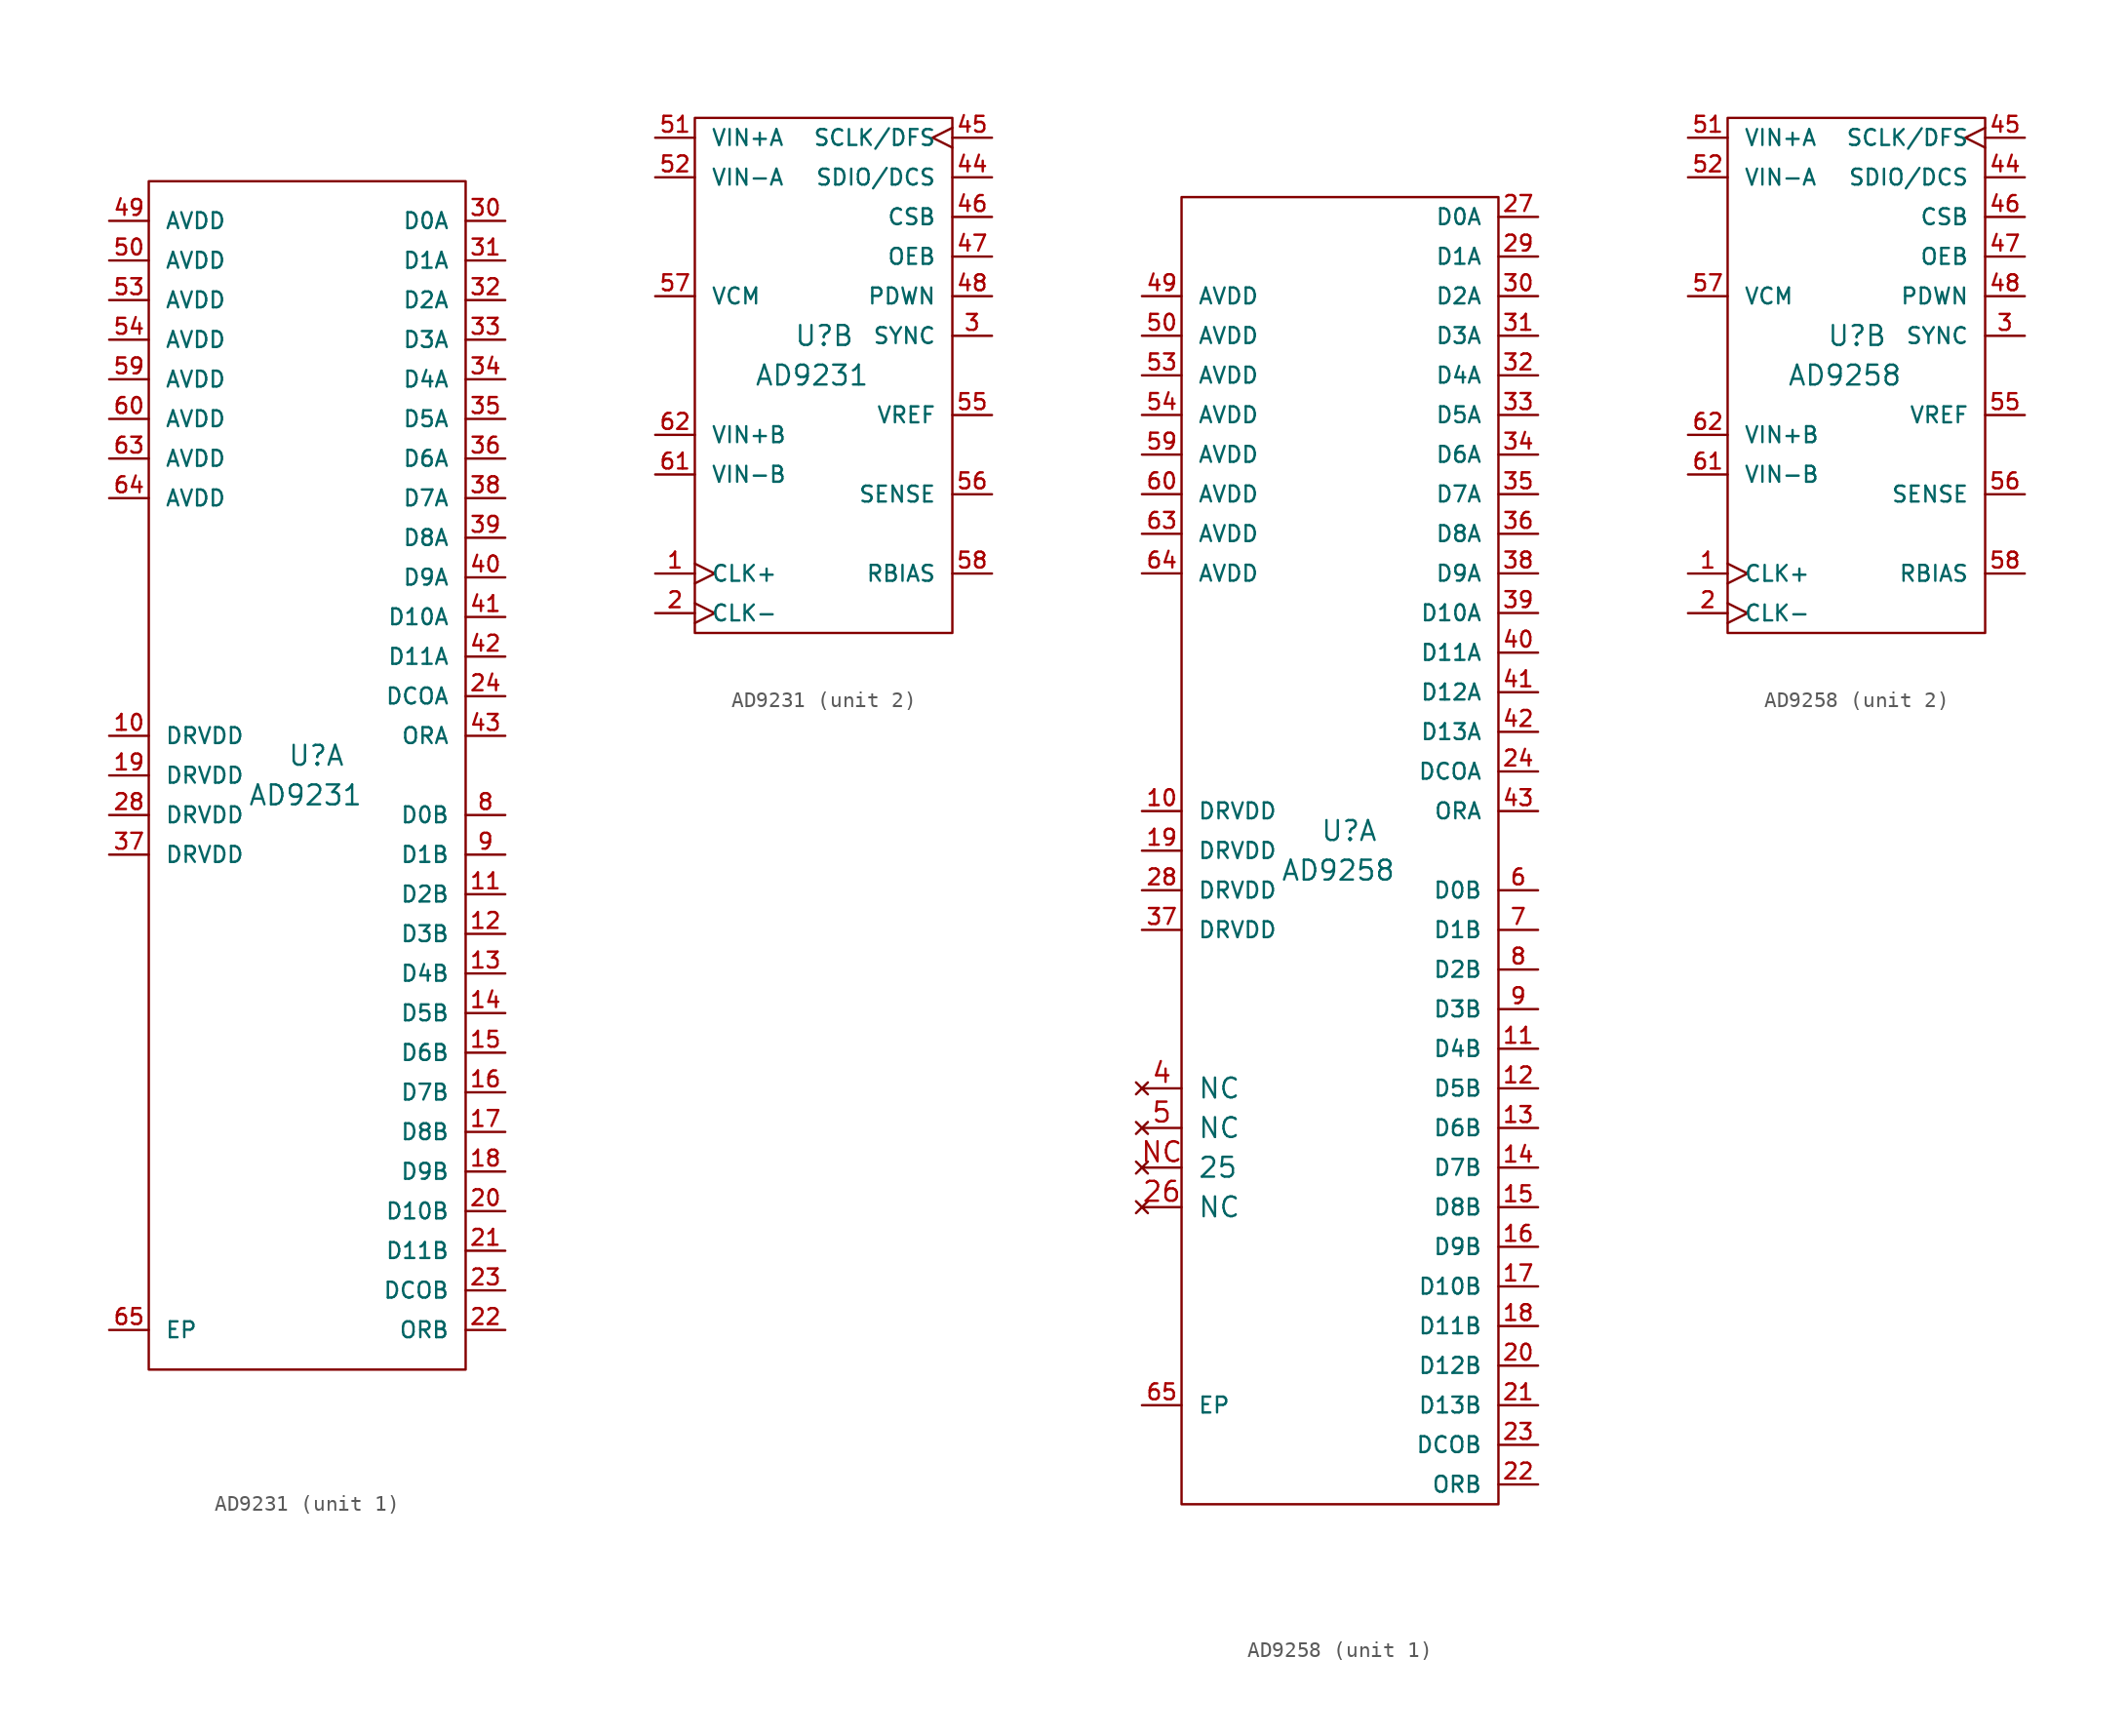
<source format=kicad_sym>
(kicad_symbol_lib
  (version 20211014)
  (generator kicad_symbol_editor)
  (symbol "AD9231"
    (pin_names
      (offset 1.016))
    (property "Reference" "U"
      (at -1.27 1.27 0)
      (effects (font (size 1.27 1.27)) (justify left)))
    (property "Value" "AD9231"
      (at -3.81 -1.27 0)
      (effects (font (size 1.27 1.27)) (justify left)))
    (property "ki_locked" ""
      (at 0 0 0)
      (effects (font (size 1.27 1.27))))
    (symbol "AD9231_1_1"
      (rectangle (start 10.16 38.1) (end -10.16 -38.1) (stroke (width 0) (type default) (color 0 0 0 0)) (fill (type none)))
      (pin power_in line (at -12.7 2.54 0) (length 2.54) (name "DRVDD" (effects (font (size 1.016 1.016)))) (number "10" (effects (font (size 1.016 1.016)))))
      (pin output line (at 12.7 -7.62 180) (length 2.54) (name "D2B" (effects (font (size 1.016 1.016)))) (number "11" (effects (font (size 1.016 1.016)))))
      (pin output line (at 12.7 -10.16 180) (length 2.54) (name "D3B" (effects (font (size 1.016 1.016)))) (number "12" (effects (font (size 1.016 1.016)))))
      (pin output line (at 12.7 -12.7 180) (length 2.54) (name "D4B" (effects (font (size 1.016 1.016)))) (number "13" (effects (font (size 1.016 1.016)))))
      (pin output line (at 12.7 -15.24 180) (length 2.54) (name "D5B" (effects (font (size 1.016 1.016)))) (number "14" (effects (font (size 1.016 1.016)))))
      (pin output line (at 12.7 -17.78 180) (length 2.54) (name "D6B" (effects (font (size 1.016 1.016)))) (number "15" (effects (font (size 1.016 1.016)))))
      (pin output line (at 12.7 -20.32 180) (length 2.54) (name "D7B" (effects (font (size 1.016 1.016)))) (number "16" (effects (font (size 1.016 1.016)))))
      (pin output line (at 12.7 -22.86 180) (length 2.54) (name "D8B" (effects (font (size 1.016 1.016)))) (number "17" (effects (font (size 1.016 1.016)))))
      (pin output line (at 12.7 -25.4 180) (length 2.54) (name "D9B" (effects (font (size 1.016 1.016)))) (number "18" (effects (font (size 1.016 1.016)))))
      (pin power_in line (at -12.7 0 0) (length 2.54) (name "DRVDD" (effects (font (size 1.016 1.016)))) (number "19" (effects (font (size 1.016 1.016)))))
      (pin output line (at 12.7 -27.94 180) (length 2.54) (name "D10B" (effects (font (size 1.016 1.016)))) (number "20" (effects (font (size 1.016 1.016)))))
      (pin output line (at 12.7 -30.48 180) (length 2.54) (name "D11B" (effects (font (size 1.016 1.016)))) (number "21" (effects (font (size 1.016 1.016)))))
      (pin output line (at 12.7 -35.56 180) (length 2.54) (name "ORB" (effects (font (size 1.016 1.016)))) (number "22" (effects (font (size 1.016 1.016)))))
      (pin output line (at 12.7 -33.02 180) (length 2.54) (name "DCOB" (effects (font (size 1.016 1.016)))) (number "23" (effects (font (size 1.016 1.016)))))
      (pin output line (at 12.7 5.08 180) (length 2.54) (name "DCOA" (effects (font (size 1.016 1.016)))) (number "24" (effects (font (size 1.016 1.016)))))
      (pin power_in line (at -12.7 -2.54 0) (length 2.54) (name "DRVDD" (effects (font (size 1.016 1.016)))) (number "28" (effects (font (size 1.016 1.016)))))
      (pin output line (at 12.7 35.56 180) (length 2.54) (name "D0A" (effects (font (size 1.016 1.016)))) (number "30" (effects (font (size 1.016 1.016)))))
      (pin output line (at 12.7 33.02 180) (length 2.54) (name "D1A" (effects (font (size 1.016 1.016)))) (number "31" (effects (font (size 1.016 1.016)))))
      (pin output line (at 12.7 30.48 180) (length 2.54) (name "D2A" (effects (font (size 1.016 1.016)))) (number "32" (effects (font (size 1.016 1.016)))))
      (pin output line (at 12.7 27.94 180) (length 2.54) (name "D3A" (effects (font (size 1.016 1.016)))) (number "33" (effects (font (size 1.016 1.016)))))
      (pin output line (at 12.7 25.4 180) (length 2.54) (name "D4A" (effects (font (size 1.016 1.016)))) (number "34" (effects (font (size 1.016 1.016)))))
      (pin output line (at 12.7 22.86 180) (length 2.54) (name "D5A" (effects (font (size 1.016 1.016)))) (number "35" (effects (font (size 1.016 1.016)))))
      (pin output line (at 12.7 20.32 180) (length 2.54) (name "D6A" (effects (font (size 1.016 1.016)))) (number "36" (effects (font (size 1.016 1.016)))))
      (pin power_in line (at -12.7 -5.08 0) (length 2.54) (name "DRVDD" (effects (font (size 1.016 1.016)))) (number "37" (effects (font (size 1.016 1.016)))))
      (pin output line (at 12.7 17.78 180) (length 2.54) (name "D7A" (effects (font (size 1.016 1.016)))) (number "38" (effects (font (size 1.016 1.016)))))
      (pin output line (at 12.7 15.24 180) (length 2.54) (name "D8A" (effects (font (size 1.016 1.016)))) (number "39" (effects (font (size 1.016 1.016)))))
      (pin output line (at 12.7 12.7 180) (length 2.54) (name "D9A" (effects (font (size 1.016 1.016)))) (number "40" (effects (font (size 1.016 1.016)))))
      (pin output line (at 12.7 10.16 180) (length 2.54) (name "D10A" (effects (font (size 1.016 1.016)))) (number "41" (effects (font (size 1.016 1.016)))))
      (pin output line (at 12.7 7.62 180) (length 2.54) (name "D11A" (effects (font (size 1.016 1.016)))) (number "42" (effects (font (size 1.016 1.016)))))
      (pin output line (at 12.7 2.54 180) (length 2.54) (name "ORA" (effects (font (size 1.016 1.016)))) (number "43" (effects (font (size 1.016 1.016)))))
      (pin power_in line (at -12.7 35.56 0) (length 2.54) (name "AVDD" (effects (font (size 1.016 1.016)))) (number "49" (effects (font (size 1.016 1.016)))))
      (pin power_in line (at -12.7 33.02 0) (length 2.54) (name "AVDD" (effects (font (size 1.016 1.016)))) (number "50" (effects (font (size 1.016 1.016)))))
      (pin power_in line (at -12.7 30.48 0) (length 2.54) (name "AVDD" (effects (font (size 1.016 1.016)))) (number "53" (effects (font (size 1.016 1.016)))))
      (pin power_in line (at -12.7 27.94 0) (length 2.54) (name "AVDD" (effects (font (size 1.016 1.016)))) (number "54" (effects (font (size 1.016 1.016)))))
      (pin power_in line (at -12.7 25.4 0) (length 2.54) (name "AVDD" (effects (font (size 1.016 1.016)))) (number "59" (effects (font (size 1.016 1.016)))))
      (pin power_in line (at -12.7 22.86 0) (length 2.54) (name "AVDD" (effects (font (size 1.016 1.016)))) (number "60" (effects (font (size 1.016 1.016)))))
      (pin power_in line (at -12.7 20.32 0) (length 2.54) (name "AVDD" (effects (font (size 1.016 1.016)))) (number "63" (effects (font (size 1.016 1.016)))))
      (pin power_in line (at -12.7 17.78 0) (length 2.54) (name "AVDD" (effects (font (size 1.016 1.016)))) (number "64" (effects (font (size 1.016 1.016)))))
      (pin power_in line (at -12.7 -35.56 0) (length 2.54) (name "EP" (effects (font (size 1.016 1.016)))) (number "65" (effects (font (size 1.016 1.016)))))
      (pin output line (at 12.7 -2.54 180) (length 2.54) (name "D0B" (effects (font (size 1.016 1.016)))) (number "8" (effects (font (size 1.016 1.016)))))
      (pin output line (at 12.7 -5.08 180) (length 2.54) (name "D1B" (effects (font (size 1.016 1.016)))) (number "9" (effects (font (size 1.016 1.016))))))
    (symbol "AD9231_2_1"
      (rectangle (start -7.62 15.24) (end 8.89 -17.78) (stroke (width 0) (type default) (color 0 0 0 0)) (fill (type none)))
      (pin input clock (at -10.16 -13.97 0) (length 2.54) (name "CLK+" (effects (font (size 1.016 1.016)))) (number "1" (effects (font (size 1.016 1.016)))))
      (pin input clock (at -10.16 -16.51 0) (length 2.54) (name "CLK-" (effects (font (size 1.016 1.016)))) (number "2" (effects (font (size 1.016 1.016)))))
      (pin input line (at 11.43 1.27 180) (length 2.54) (name "SYNC" (effects (font (size 1.016 1.016)))) (number "3" (effects (font (size 1.016 1.016)))))
      (pin bidirectional line (at 11.43 11.43 180) (length 2.54) (name "SDIO/DCS" (effects (font (size 1.016 1.016)))) (number "44" (effects (font (size 1.016 1.016)))))
      (pin input clock (at 11.43 13.97 180) (length 2.54) (name "SCLK/DFS" (effects (font (size 1.016 1.016)))) (number "45" (effects (font (size 1.016 1.016)))))
      (pin input line (at 11.43 8.89 180) (length 2.54) (name "CSB" (effects (font (size 1.016 1.016)))) (number "46" (effects (font (size 1.016 1.016)))))
      (pin input line (at 11.43 6.35 180) (length 2.54) (name "OEB" (effects (font (size 1.016 1.016)))) (number "47" (effects (font (size 1.016 1.016)))))
      (pin input line (at 11.43 3.81 180) (length 2.54) (name "PDWN" (effects (font (size 1.016 1.016)))) (number "48" (effects (font (size 1.016 1.016)))))
      (pin input line (at -10.16 13.97 0) (length 2.54) (name "VIN+A" (effects (font (size 1.016 1.016)))) (number "51" (effects (font (size 1.016 1.016)))))
      (pin input line (at -10.16 11.43 0) (length 2.54) (name "VIN-A" (effects (font (size 1.016 1.016)))) (number "52" (effects (font (size 1.016 1.016)))))
      (pin bidirectional line (at 11.43 -3.81 180) (length 2.54) (name "VREF" (effects (font (size 1.016 1.016)))) (number "55" (effects (font (size 1.016 1.016)))))
      (pin input line (at 11.43 -8.89 180) (length 2.54) (name "SENSE" (effects (font (size 1.016 1.016)))) (number "56" (effects (font (size 1.016 1.016)))))
      (pin output line (at -10.16 3.81 0) (length 2.54) (name "VCM" (effects (font (size 1.016 1.016)))) (number "57" (effects (font (size 1.016 1.016)))))
      (pin input line (at 11.43 -13.97 180) (length 2.54) (name "RBIAS" (effects (font (size 1.016 1.016)))) (number "58" (effects (font (size 1.016 1.016)))))
      (pin input line (at -10.16 -7.62 0) (length 2.54) (name "VIN-B" (effects (font (size 1.016 1.016)))) (number "61" (effects (font (size 1.016 1.016)))))
      (pin input line (at -10.16 -5.08 0) (length 2.54) (name "VIN+B" (effects (font (size 1.016 1.016)))) (number "62" (effects (font (size 1.016 1.016)))))))
  (symbol "AD9258"
    (pin_names
      (offset 1.016))
    (property "Reference" "U"
      (at -1.27 1.27 0)
      (effects (font (size 1.27 1.27)) (justify left)))
    (property "Value" "AD9258"
      (at -3.81 -1.27 0)
      (effects (font (size 1.27 1.27)) (justify left)))
    (property "ki_locked" ""
      (at 0 0 0)
      (effects (font (size 1.27 1.27))))
    (symbol "AD9258_1_1"
      (rectangle (start 10.16 41.91) (end -10.16 -41.91) (stroke (width 0) (type default) (color 0 0 0 0)) (fill (type none)))
      (pin power_in line (at -12.7 2.54 0) (length 2.54) (name "DRVDD" (effects (font (size 1.016 1.016)))) (number "10" (effects (font (size 1.016 1.016)))))
      (pin output line (at 12.7 -12.7 180) (length 2.54) (name "D4B" (effects (font (size 1.016 1.016)))) (number "11" (effects (font (size 1.016 1.016)))))
      (pin output line (at 12.7 -15.24 180) (length 2.54) (name "D5B" (effects (font (size 1.016 1.016)))) (number "12" (effects (font (size 1.016 1.016)))))
      (pin output line (at 12.7 -17.78 180) (length 2.54) (name "D6B" (effects (font (size 1.016 1.016)))) (number "13" (effects (font (size 1.016 1.016)))))
      (pin output line (at 12.7 -20.32 180) (length 2.54) (name "D7B" (effects (font (size 1.016 1.016)))) (number "14" (effects (font (size 1.016 1.016)))))
      (pin output line (at 12.7 -22.86 180) (length 2.54) (name "D8B" (effects (font (size 1.016 1.016)))) (number "15" (effects (font (size 1.016 1.016)))))
      (pin output line (at 12.7 -25.4 180) (length 2.54) (name "D9B" (effects (font (size 1.016 1.016)))) (number "16" (effects (font (size 1.016 1.016)))))
      (pin output line (at 12.7 -27.94 180) (length 2.54) (name "D10B" (effects (font (size 1.016 1.016)))) (number "17" (effects (font (size 1.016 1.016)))))
      (pin output line (at 12.7 -30.48 180) (length 2.54) (name "D11B" (effects (font (size 1.016 1.016)))) (number "18" (effects (font (size 1.016 1.016)))))
      (pin power_in line (at -12.7 0 0) (length 2.54) (name "DRVDD" (effects (font (size 1.016 1.016)))) (number "19" (effects (font (size 1.016 1.016)))))
      (pin output line (at 12.7 -33.02 180) (length 2.54) (name "D12B" (effects (font (size 1.016 1.016)))) (number "20" (effects (font (size 1.016 1.016)))))
      (pin output line (at 12.7 -35.56 180) (length 2.54) (name "D13B" (effects (font (size 1.016 1.016)))) (number "21" (effects (font (size 1.016 1.016)))))
      (pin output line (at 12.7 -40.64 180) (length 2.54) (name "ORB" (effects (font (size 1.016 1.016)))) (number "22" (effects (font (size 1.016 1.016)))))
      (pin output line (at 12.7 -38.1 180) (length 2.54) (name "DCOB" (effects (font (size 1.016 1.016)))) (number "23" (effects (font (size 1.016 1.016)))))
      (pin output line (at 12.7 5.08 180) (length 2.54) (name "DCOA" (effects (font (size 1.016 1.016)))) (number "24" (effects (font (size 1.016 1.016)))))
      (pin no_connect line (at -12.7 -22.86 0) (length 2.54) (name "NC" (effects (font (size 1.27 1.27)))) (number "26" (effects (font (size 1.27 1.27)))))
      (pin output line (at 12.7 40.64 180) (length 2.54) (name "D0A" (effects (font (size 1.016 1.016)))) (number "27" (effects (font (size 1.016 1.016)))))
      (pin power_in line (at -12.7 -2.54 0) (length 2.54) (name "DRVDD" (effects (font (size 1.016 1.016)))) (number "28" (effects (font (size 1.016 1.016)))))
      (pin output line (at 12.7 38.1 180) (length 2.54) (name "D1A" (effects (font (size 1.016 1.016)))) (number "29" (effects (font (size 1.016 1.016)))))
      (pin output line (at 12.7 35.56 180) (length 2.54) (name "D2A" (effects (font (size 1.016 1.016)))) (number "30" (effects (font (size 1.016 1.016)))))
      (pin output line (at 12.7 33.02 180) (length 2.54) (name "D3A" (effects (font (size 1.016 1.016)))) (number "31" (effects (font (size 1.016 1.016)))))
      (pin output line (at 12.7 30.48 180) (length 2.54) (name "D4A" (effects (font (size 1.016 1.016)))) (number "32" (effects (font (size 1.016 1.016)))))
      (pin output line (at 12.7 27.94 180) (length 2.54) (name "D5A" (effects (font (size 1.016 1.016)))) (number "33" (effects (font (size 1.016 1.016)))))
      (pin output line (at 12.7 25.4 180) (length 2.54) (name "D6A" (effects (font (size 1.016 1.016)))) (number "34" (effects (font (size 1.016 1.016)))))
      (pin output line (at 12.7 22.86 180) (length 2.54) (name "D7A" (effects (font (size 1.016 1.016)))) (number "35" (effects (font (size 1.016 1.016)))))
      (pin output line (at 12.7 20.32 180) (length 2.54) (name "D8A" (effects (font (size 1.016 1.016)))) (number "36" (effects (font (size 1.016 1.016)))))
      (pin power_in line (at -12.7 -5.08 0) (length 2.54) (name "DRVDD" (effects (font (size 1.016 1.016)))) (number "37" (effects (font (size 1.016 1.016)))))
      (pin output line (at 12.7 17.78 180) (length 2.54) (name "D9A" (effects (font (size 1.016 1.016)))) (number "38" (effects (font (size 1.016 1.016)))))
      (pin output line (at 12.7 15.24 180) (length 2.54) (name "D10A" (effects (font (size 1.016 1.016)))) (number "39" (effects (font (size 1.016 1.016)))))
      (pin no_connect line (at -12.7 -15.24 0) (length 2.54) (name "NC" (effects (font (size 1.27 1.27)))) (number "4" (effects (font (size 1.27 1.27)))))
      (pin output line (at 12.7 12.7 180) (length 2.54) (name "D11A" (effects (font (size 1.016 1.016)))) (number "40" (effects (font (size 1.016 1.016)))))
      (pin output line (at 12.7 10.16 180) (length 2.54) (name "D12A" (effects (font (size 1.016 1.016)))) (number "41" (effects (font (size 1.016 1.016)))))
      (pin output line (at 12.7 7.62 180) (length 2.54) (name "D13A" (effects (font (size 1.016 1.016)))) (number "42" (effects (font (size 1.016 1.016)))))
      (pin output line (at 12.7 2.54 180) (length 2.54) (name "ORA" (effects (font (size 1.016 1.016)))) (number "43" (effects (font (size 1.016 1.016)))))
      (pin power_in line (at -12.7 35.56 0) (length 2.54) (name "AVDD" (effects (font (size 1.016 1.016)))) (number "49" (effects (font (size 1.016 1.016)))))
      (pin no_connect line (at -12.7 -17.78 0) (length 2.54) (name "NC" (effects (font (size 1.27 1.27)))) (number "5" (effects (font (size 1.27 1.27)))))
      (pin power_in line (at -12.7 33.02 0) (length 2.54) (name "AVDD" (effects (font (size 1.016 1.016)))) (number "50" (effects (font (size 1.016 1.016)))))
      (pin power_in line (at -12.7 30.48 0) (length 2.54) (name "AVDD" (effects (font (size 1.016 1.016)))) (number "53" (effects (font (size 1.016 1.016)))))
      (pin power_in line (at -12.7 27.94 0) (length 2.54) (name "AVDD" (effects (font (size 1.016 1.016)))) (number "54" (effects (font (size 1.016 1.016)))))
      (pin power_in line (at -12.7 25.4 0) (length 2.54) (name "AVDD" (effects (font (size 1.016 1.016)))) (number "59" (effects (font (size 1.016 1.016)))))
      (pin output line (at 12.7 -2.54 180) (length 2.54) (name "D0B" (effects (font (size 1.016 1.016)))) (number "6" (effects (font (size 1.016 1.016)))))
      (pin power_in line (at -12.7 22.86 0) (length 2.54) (name "AVDD" (effects (font (size 1.016 1.016)))) (number "60" (effects (font (size 1.016 1.016)))))
      (pin power_in line (at -12.7 20.32 0) (length 2.54) (name "AVDD" (effects (font (size 1.016 1.016)))) (number "63" (effects (font (size 1.016 1.016)))))
      (pin power_in line (at -12.7 17.78 0) (length 2.54) (name "AVDD" (effects (font (size 1.016 1.016)))) (number "64" (effects (font (size 1.016 1.016)))))
      (pin power_in line (at -12.7 -35.56 0) (length 2.54) (name "EP" (effects (font (size 1.016 1.016)))) (number "65" (effects (font (size 1.016 1.016)))))
      (pin output line (at 12.7 -5.08 180) (length 2.54) (name "D1B" (effects (font (size 1.016 1.016)))) (number "7" (effects (font (size 1.016 1.016)))))
      (pin output line (at 12.7 -7.62 180) (length 2.54) (name "D2B" (effects (font (size 1.016 1.016)))) (number "8" (effects (font (size 1.016 1.016)))))
      (pin output line (at 12.7 -10.16 180) (length 2.54) (name "D3B" (effects (font (size 1.016 1.016)))) (number "9" (effects (font (size 1.016 1.016)))))
      (pin no_connect line (at -12.7 -20.32 0) (length 2.54) (name "25" (effects (font (size 1.27 1.27)))) (number "NC" (effects (font (size 1.27 1.27))))))
    (symbol "AD9258_2_1"
      (rectangle (start -7.62 15.24) (end 8.89 -17.78) (stroke (width 0) (type default) (color 0 0 0 0)) (fill (type none)))
      (pin input clock (at -10.16 -13.97 0) (length 2.54) (name "CLK+" (effects (font (size 1.016 1.016)))) (number "1" (effects (font (size 1.016 1.016)))))
      (pin input clock (at -10.16 -16.51 0) (length 2.54) (name "CLK-" (effects (font (size 1.016 1.016)))) (number "2" (effects (font (size 1.016 1.016)))))
      (pin input line (at 11.43 1.27 180) (length 2.54) (name "SYNC" (effects (font (size 1.016 1.016)))) (number "3" (effects (font (size 1.016 1.016)))))
      (pin bidirectional line (at 11.43 11.43 180) (length 2.54) (name "SDIO/DCS" (effects (font (size 1.016 1.016)))) (number "44" (effects (font (size 1.016 1.016)))))
      (pin input clock (at 11.43 13.97 180) (length 2.54) (name "SCLK/DFS" (effects (font (size 1.016 1.016)))) (number "45" (effects (font (size 1.016 1.016)))))
      (pin input line (at 11.43 8.89 180) (length 2.54) (name "CSB" (effects (font (size 1.016 1.016)))) (number "46" (effects (font (size 1.016 1.016)))))
      (pin input line (at 11.43 6.35 180) (length 2.54) (name "OEB" (effects (font (size 1.016 1.016)))) (number "47" (effects (font (size 1.016 1.016)))))
      (pin input line (at 11.43 3.81 180) (length 2.54) (name "PDWN" (effects (font (size 1.016 1.016)))) (number "48" (effects (font (size 1.016 1.016)))))
      (pin input line (at -10.16 13.97 0) (length 2.54) (name "VIN+A" (effects (font (size 1.016 1.016)))) (number "51" (effects (font (size 1.016 1.016)))))
      (pin input line (at -10.16 11.43 0) (length 2.54) (name "VIN-A" (effects (font (size 1.016 1.016)))) (number "52" (effects (font (size 1.016 1.016)))))
      (pin bidirectional line (at 11.43 -3.81 180) (length 2.54) (name "VREF" (effects (font (size 1.016 1.016)))) (number "55" (effects (font (size 1.016 1.016)))))
      (pin input line (at 11.43 -8.89 180) (length 2.54) (name "SENSE" (effects (font (size 1.016 1.016)))) (number "56" (effects (font (size 1.016 1.016)))))
      (pin output line (at -10.16 3.81 0) (length 2.54) (name "VCM" (effects (font (size 1.016 1.016)))) (number "57" (effects (font (size 1.016 1.016)))))
      (pin input line (at 11.43 -13.97 180) (length 2.54) (name "RBIAS" (effects (font (size 1.016 1.016)))) (number "58" (effects (font (size 1.016 1.016)))))
      (pin input line (at -10.16 -7.62 0) (length 2.54) (name "VIN-B" (effects (font (size 1.016 1.016)))) (number "61" (effects (font (size 1.016 1.016)))))
      (pin input line (at -10.16 -5.08 0) (length 2.54) (name "VIN+B" (effects (font (size 1.016 1.016)))) (number "62" (effects (font (size 1.016 1.016))))))))
</source>
